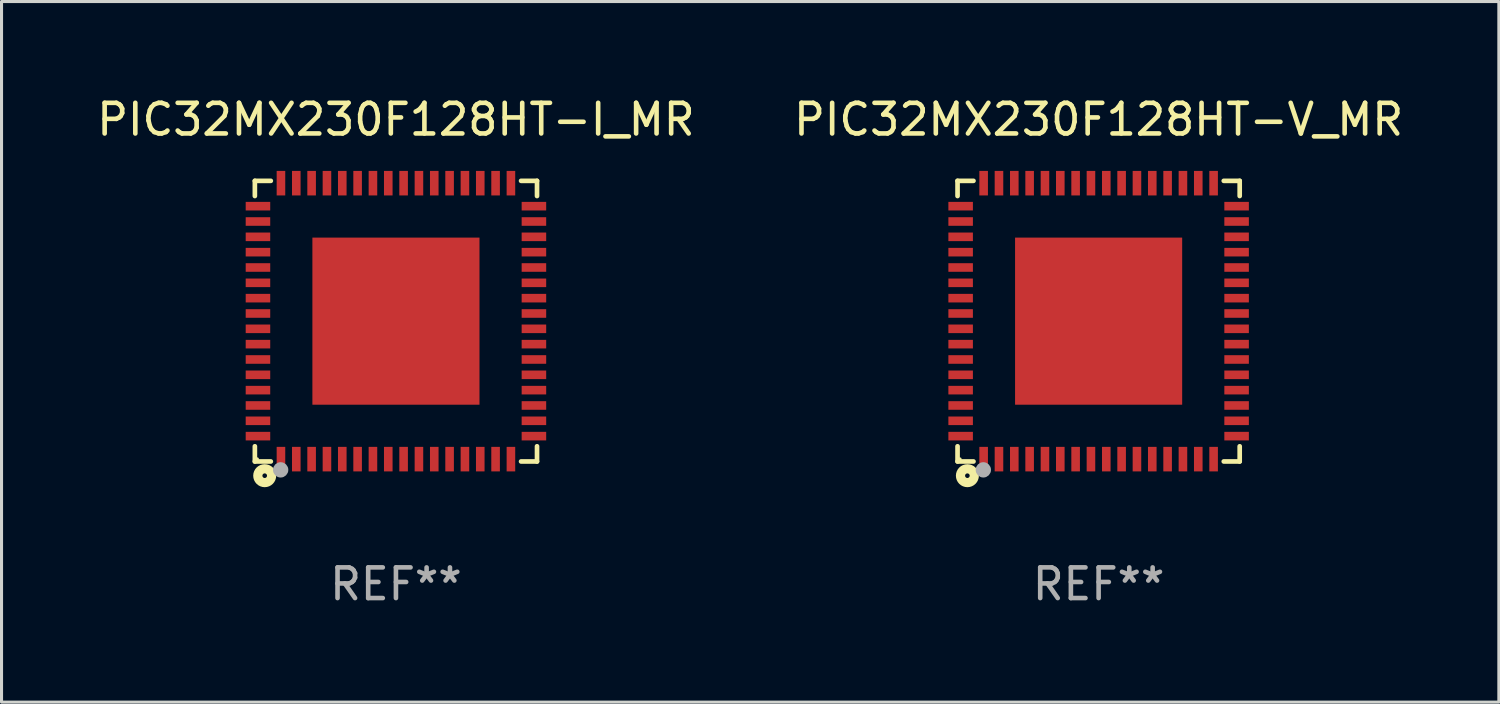
<source format=kicad_pcb>
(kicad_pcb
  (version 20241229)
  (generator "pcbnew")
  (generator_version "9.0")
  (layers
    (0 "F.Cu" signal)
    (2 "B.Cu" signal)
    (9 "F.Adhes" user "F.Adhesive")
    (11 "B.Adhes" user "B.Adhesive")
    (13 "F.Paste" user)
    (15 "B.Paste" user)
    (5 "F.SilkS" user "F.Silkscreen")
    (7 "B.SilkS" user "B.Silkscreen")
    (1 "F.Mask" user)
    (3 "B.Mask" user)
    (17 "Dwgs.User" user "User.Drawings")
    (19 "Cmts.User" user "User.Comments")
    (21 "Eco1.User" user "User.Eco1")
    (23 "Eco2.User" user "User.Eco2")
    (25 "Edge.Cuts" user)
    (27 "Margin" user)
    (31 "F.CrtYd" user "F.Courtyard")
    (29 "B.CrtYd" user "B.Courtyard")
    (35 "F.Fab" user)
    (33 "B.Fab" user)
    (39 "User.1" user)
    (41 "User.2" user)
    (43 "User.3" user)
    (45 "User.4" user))
  (footprint "PIC32MX230F128HT-V_MR"
    (layer "F.Cu")
    (at 32.78 7.424)
    (property "Reference" "PIC32MX230F128HT-V_MR" (at 0 -6.576 0) (layer "F.SilkS") (effects (font (size 1 1) (thickness 0.15))))
    (attr through_hole)
    (fp_line (start -4.601 -4.576) (end -4.081 -4.576) (stroke (width 0.152) (type solid)) (layer "F.SilkS"))
    (fp_line (start -4.601 -4.081) (end -4.601 -4.576) (stroke (width 0.152) (type solid)) (layer "F.SilkS"))
    (fp_line (start -4.601 4.081) (end -4.601 4.576) (stroke (width 0.152) (type solid)) (layer "F.SilkS"))
    (fp_line (start -4.601 4.576) (end -4.081 4.576) (stroke (width 0.152) (type solid)) (layer "F.SilkS"))
    (fp_line (start 4.601 -4.576) (end 4.081 -4.576) (stroke (width 0.152) (type solid)) (layer "F.SilkS"))
    (fp_line (start 4.601 -4.081) (end 4.601 -4.576) (stroke (width 0.152) (type solid)) (layer "F.SilkS"))
    (fp_line (start 4.601 4.081) (end 4.601 4.576) (stroke (width 0.152) (type solid)) (layer "F.SilkS"))
    (fp_line (start 4.601 4.576) (end 4.081 4.576) (stroke (width 0.152) (type solid)) (layer "F.SilkS"))
    (fp_circle (center -4.525 4.5) (end -4.495 4.5) (stroke (width 0.06) (type solid)) (fill no) (layer "F.SilkS"))
    (fp_circle (center -4.28 5.04) (end -4.205 5.04) (stroke (width 0.3) (type solid)) (fill no) (layer "F.SilkS"))
    (fp_circle (center -3.76 4.85) (end -3.635 4.85) (stroke (width 0.25) (type solid)) (fill no) (layer "F.Fab"))
    (fp_text user "REF**" (at 0 8.576 0) (layer "F.Fab") (effects (font (size 1 1) (thickness 0.15))))
    (pad "1" smd rect (at -3.75 4.5) (size 0.28 0.8) (layers "F.Cu" "F.Mask" "F.Paste"))
    (pad "2" smd rect (at -3.25 4.5) (size 0.28 0.8) (layers "F.Cu" "F.Mask" "F.Paste"))
    (pad "3" smd rect (at -2.75 4.5) (size 0.28 0.8) (layers "F.Cu" "F.Mask" "F.Paste"))
    (pad "4" smd rect (at -2.25 4.5) (size 0.28 0.8) (layers "F.Cu" "F.Mask" "F.Paste"))
    (pad "5" smd rect (at -1.75 4.5) (size 0.28 0.8) (layers "F.Cu" "F.Mask" "F.Paste"))
    (pad "6" smd rect (at -1.25 4.5) (size 0.28 0.8) (layers "F.Cu" "F.Mask" "F.Paste"))
    (pad "7" smd rect (at -0.75 4.5) (size 0.28 0.8) (layers "F.Cu" "F.Mask" "F.Paste"))
    (pad "8" smd rect (at -0.25 4.5) (size 0.28 0.8) (layers "F.Cu" "F.Mask" "F.Paste"))
    (pad "9" smd rect (at 0.25 4.5) (size 0.28 0.8) (layers "F.Cu" "F.Mask" "F.Paste"))
    (pad "10" smd rect (at 0.75 4.5) (size 0.28 0.8) (layers "F.Cu" "F.Mask" "F.Paste"))
    (pad "11" smd rect (at 1.25 4.5) (size 0.28 0.8) (layers "F.Cu" "F.Mask" "F.Paste"))
    (pad "12" smd rect (at 1.75 4.5) (size 0.28 0.8) (layers "F.Cu" "F.Mask" "F.Paste"))
    (pad "13" smd rect (at 2.25 4.5) (size 0.28 0.8) (layers "F.Cu" "F.Mask" "F.Paste"))
    (pad "14" smd rect (at 2.75 4.5) (size 0.28 0.8) (layers "F.Cu" "F.Mask" "F.Paste"))
    (pad "15" smd rect (at 3.25 4.5) (size 0.28 0.8) (layers "F.Cu" "F.Mask" "F.Paste"))
    (pad "16" smd rect (at 3.75 4.5) (size 0.28 0.8) (layers "F.Cu" "F.Mask" "F.Paste"))
    (pad "17" smd rect (at 4.5 3.75) (size 0.8 0.28) (layers "F.Cu" "F.Mask" "F.Paste"))
    (pad "18" smd rect (at 4.5 3.25) (size 0.8 0.28) (layers "F.Cu" "F.Mask" "F.Paste"))
    (pad "19" smd rect (at 4.5 2.75) (size 0.8 0.28) (layers "F.Cu" "F.Mask" "F.Paste"))
    (pad "20" smd rect (at 4.5 2.25) (size 0.8 0.28) (layers "F.Cu" "F.Mask" "F.Paste"))
    (pad "21" smd rect (at 4.5 1.75) (size 0.8 0.28) (layers "F.Cu" "F.Mask" "F.Paste"))
    (pad "22" smd rect (at 4.5 1.25) (size 0.8 0.28) (layers "F.Cu" "F.Mask" "F.Paste"))
    (pad "23" smd rect (at 4.5 0.75) (size 0.8 0.28) (layers "F.Cu" "F.Mask" "F.Paste"))
    (pad "24" smd rect (at 4.5 0.25) (size 0.8 0.28) (layers "F.Cu" "F.Mask" "F.Paste"))
    (pad "25" smd rect (at 4.5 -0.25) (size 0.8 0.28) (layers "F.Cu" "F.Mask" "F.Paste"))
    (pad "26" smd rect (at 4.5 -0.75) (size 0.8 0.28) (layers "F.Cu" "F.Mask" "F.Paste"))
    (pad "27" smd rect (at 4.5 -1.25) (size 0.8 0.28) (layers "F.Cu" "F.Mask" "F.Paste"))
    (pad "28" smd rect (at 4.5 -1.75) (size 0.8 0.28) (layers "F.Cu" "F.Mask" "F.Paste"))
    (pad "29" smd rect (at 4.5 -2.25) (size 0.8 0.28) (layers "F.Cu" "F.Mask" "F.Paste"))
    (pad "30" smd rect (at 4.5 -2.75) (size 0.8 0.28) (layers "F.Cu" "F.Mask" "F.Paste"))
    (pad "31" smd rect (at 4.5 -3.25) (size 0.8 0.28) (layers "F.Cu" "F.Mask" "F.Paste"))
    (pad "32" smd rect (at 4.5 -3.75) (size 0.8 0.28) (layers "F.Cu" "F.Mask" "F.Paste"))
    (pad "33" smd rect (at 3.75 -4.5) (size 0.28 0.8) (layers "F.Cu" "F.Mask" "F.Paste"))
    (pad "34" smd rect (at 3.25 -4.5) (size 0.28 0.8) (layers "F.Cu" "F.Mask" "F.Paste"))
    (pad "35" smd rect (at 2.75 -4.5) (size 0.28 0.8) (layers "F.Cu" "F.Mask" "F.Paste"))
    (pad "36" smd rect (at 2.25 -4.5) (size 0.28 0.8) (layers "F.Cu" "F.Mask" "F.Paste"))
    (pad "37" smd rect (at 1.75 -4.5) (size 0.28 0.8) (layers "F.Cu" "F.Mask" "F.Paste"))
    (pad "38" smd rect (at 1.25 -4.5) (size 0.28 0.8) (layers "F.Cu" "F.Mask" "F.Paste"))
    (pad "39" smd rect (at 0.75 -4.5) (size 0.28 0.8) (layers "F.Cu" "F.Mask" "F.Paste"))
    (pad "40" smd rect (at 0.25 -4.5) (size 0.28 0.8) (layers "F.Cu" "F.Mask" "F.Paste"))
    (pad "41" smd rect (at -0.25 -4.5) (size 0.28 0.8) (layers "F.Cu" "F.Mask" "F.Paste"))
    (pad "42" smd rect (at -0.75 -4.5) (size 0.28 0.8) (layers "F.Cu" "F.Mask" "F.Paste"))
    (pad "43" smd rect (at -1.25 -4.5) (size 0.28 0.8) (layers "F.Cu" "F.Mask" "F.Paste"))
    (pad "44" smd rect (at -1.75 -4.5) (size 0.28 0.8) (layers "F.Cu" "F.Mask" "F.Paste"))
    (pad "45" smd rect (at -2.25 -4.5) (size 0.28 0.8) (layers "F.Cu" "F.Mask" "F.Paste"))
    (pad "46" smd rect (at -2.75 -4.5) (size 0.28 0.8) (layers "F.Cu" "F.Mask" "F.Paste"))
    (pad "47" smd rect (at -3.25 -4.5) (size 0.28 0.8) (layers "F.Cu" "F.Mask" "F.Paste"))
    (pad "48" smd rect (at -3.75 -4.5) (size 0.28 0.8) (layers "F.Cu" "F.Mask" "F.Paste"))
    (pad "49" smd rect (at -4.5 -3.75) (size 0.8 0.28) (layers "F.Cu" "F.Mask" "F.Paste"))
    (pad "50" smd rect (at -4.5 -3.25) (size 0.8 0.28) (layers "F.Cu" "F.Mask" "F.Paste"))
    (pad "51" smd rect (at -4.5 -2.75) (size 0.8 0.28) (layers "F.Cu" "F.Mask" "F.Paste"))
    (pad "52" smd rect (at -4.5 -2.25) (size 0.8 0.28) (layers "F.Cu" "F.Mask" "F.Paste"))
    (pad "53" smd rect (at -4.5 -1.75) (size 0.8 0.28) (layers "F.Cu" "F.Mask" "F.Paste"))
    (pad "54" smd rect (at -4.5 -1.25) (size 0.8 0.28) (layers "F.Cu" "F.Mask" "F.Paste"))
    (pad "55" smd rect (at -4.5 -0.75) (size 0.8 0.28) (layers "F.Cu" "F.Mask" "F.Paste"))
    (pad "56" smd rect (at -4.5 -0.25) (size 0.8 0.28) (layers "F.Cu" "F.Mask" "F.Paste"))
    (pad "57" smd rect (at -4.5 0.25) (size 0.8 0.28) (layers "F.Cu" "F.Mask" "F.Paste"))
    (pad "58" smd rect (at -4.5 0.75) (size 0.8 0.28) (layers "F.Cu" "F.Mask" "F.Paste"))
    (pad "59" smd rect (at -4.5 1.25) (size 0.8 0.28) (layers "F.Cu" "F.Mask" "F.Paste"))
    (pad "60" smd rect (at -4.5 1.75) (size 0.8 0.28) (layers "F.Cu" "F.Mask" "F.Paste"))
    (pad "61" smd rect (at -4.5 2.25) (size 0.8 0.28) (layers "F.Cu" "F.Mask" "F.Paste"))
    (pad "62" smd rect (at -4.5 2.75) (size 0.8 0.28) (layers "F.Cu" "F.Mask" "F.Paste"))
    (pad "63" smd rect (at -4.5 3.25) (size 0.8 0.28) (layers "F.Cu" "F.Mask" "F.Paste"))
    (pad "64" smd rect (at -4.5 3.75) (size 0.8 0.28) (layers "F.Cu" "F.Mask" "F.Paste"))
    (pad "65" smd rect (at 0 0) (size 5.45 5.45) (layers "F.Cu" "F.Mask" "F.Paste")))
  (footprint "PIC32MX230F128HT-I_MR"
    (layer "F.Cu")
    (at 9.863 7.424)
    (property "Reference" "PIC32MX230F128HT-I_MR" (at 0 -6.576 0) (layer "F.SilkS") (effects (font (size 1 1) (thickness 0.15))))
    (attr through_hole)
    (fp_line (start -4.601 -4.576) (end -4.081 -4.576) (stroke (width 0.152) (type solid)) (layer "F.SilkS"))
    (fp_line (start -4.601 -4.081) (end -4.601 -4.576) (stroke (width 0.152) (type solid)) (layer "F.SilkS"))
    (fp_line (start -4.601 4.081) (end -4.601 4.576) (stroke (width 0.152) (type solid)) (layer "F.SilkS"))
    (fp_line (start -4.601 4.576) (end -4.081 4.576) (stroke (width 0.152) (type solid)) (layer "F.SilkS"))
    (fp_line (start 4.601 -4.576) (end 4.081 -4.576) (stroke (width 0.152) (type solid)) (layer "F.SilkS"))
    (fp_line (start 4.601 -4.081) (end 4.601 -4.576) (stroke (width 0.152) (type solid)) (layer "F.SilkS"))
    (fp_line (start 4.601 4.081) (end 4.601 4.576) (stroke (width 0.152) (type solid)) (layer "F.SilkS"))
    (fp_line (start 4.601 4.576) (end 4.081 4.576) (stroke (width 0.152) (type solid)) (layer "F.SilkS"))
    (fp_circle (center -4.525 4.5) (end -4.495 4.5) (stroke (width 0.06) (type solid)) (fill no) (layer "F.SilkS"))
    (fp_circle (center -4.28 5.04) (end -4.205 5.04) (stroke (width 0.3) (type solid)) (fill no) (layer "F.SilkS"))
    (fp_circle (center -3.76 4.85) (end -3.635 4.85) (stroke (width 0.25) (type solid)) (fill no) (layer "F.Fab"))
    (fp_text user "REF**" (at 0 8.576 0) (layer "F.Fab") (effects (font (size 1 1) (thickness 0.15))))
    (pad "1" smd rect (at -3.75 4.5) (size 0.28 0.8) (layers "F.Cu" "F.Mask" "F.Paste"))
    (pad "2" smd rect (at -3.25 4.5) (size 0.28 0.8) (layers "F.Cu" "F.Mask" "F.Paste"))
    (pad "3" smd rect (at -2.75 4.5) (size 0.28 0.8) (layers "F.Cu" "F.Mask" "F.Paste"))
    (pad "4" smd rect (at -2.25 4.5) (size 0.28 0.8) (layers "F.Cu" "F.Mask" "F.Paste"))
    (pad "5" smd rect (at -1.75 4.5) (size 0.28 0.8) (layers "F.Cu" "F.Mask" "F.Paste"))
    (pad "6" smd rect (at -1.25 4.5) (size 0.28 0.8) (layers "F.Cu" "F.Mask" "F.Paste"))
    (pad "7" smd rect (at -0.75 4.5) (size 0.28 0.8) (layers "F.Cu" "F.Mask" "F.Paste"))
    (pad "8" smd rect (at -0.25 4.5) (size 0.28 0.8) (layers "F.Cu" "F.Mask" "F.Paste"))
    (pad "9" smd rect (at 0.25 4.5) (size 0.28 0.8) (layers "F.Cu" "F.Mask" "F.Paste"))
    (pad "10" smd rect (at 0.75 4.5) (size 0.28 0.8) (layers "F.Cu" "F.Mask" "F.Paste"))
    (pad "11" smd rect (at 1.25 4.5) (size 0.28 0.8) (layers "F.Cu" "F.Mask" "F.Paste"))
    (pad "12" smd rect (at 1.75 4.5) (size 0.28 0.8) (layers "F.Cu" "F.Mask" "F.Paste"))
    (pad "13" smd rect (at 2.25 4.5) (size 0.28 0.8) (layers "F.Cu" "F.Mask" "F.Paste"))
    (pad "14" smd rect (at 2.75 4.5) (size 0.28 0.8) (layers "F.Cu" "F.Mask" "F.Paste"))
    (pad "15" smd rect (at 3.25 4.5) (size 0.28 0.8) (layers "F.Cu" "F.Mask" "F.Paste"))
    (pad "16" smd rect (at 3.75 4.5) (size 0.28 0.8) (layers "F.Cu" "F.Mask" "F.Paste"))
    (pad "17" smd rect (at 4.5 3.75) (size 0.8 0.28) (layers "F.Cu" "F.Mask" "F.Paste"))
    (pad "18" smd rect (at 4.5 3.25) (size 0.8 0.28) (layers "F.Cu" "F.Mask" "F.Paste"))
    (pad "19" smd rect (at 4.5 2.75) (size 0.8 0.28) (layers "F.Cu" "F.Mask" "F.Paste"))
    (pad "20" smd rect (at 4.5 2.25) (size 0.8 0.28) (layers "F.Cu" "F.Mask" "F.Paste"))
    (pad "21" smd rect (at 4.5 1.75) (size 0.8 0.28) (layers "F.Cu" "F.Mask" "F.Paste"))
    (pad "22" smd rect (at 4.5 1.25) (size 0.8 0.28) (layers "F.Cu" "F.Mask" "F.Paste"))
    (pad "23" smd rect (at 4.5 0.75) (size 0.8 0.28) (layers "F.Cu" "F.Mask" "F.Paste"))
    (pad "24" smd rect (at 4.5 0.25) (size 0.8 0.28) (layers "F.Cu" "F.Mask" "F.Paste"))
    (pad "25" smd rect (at 4.5 -0.25) (size 0.8 0.28) (layers "F.Cu" "F.Mask" "F.Paste"))
    (pad "26" smd rect (at 4.5 -0.75) (size 0.8 0.28) (layers "F.Cu" "F.Mask" "F.Paste"))
    (pad "27" smd rect (at 4.5 -1.25) (size 0.8 0.28) (layers "F.Cu" "F.Mask" "F.Paste"))
    (pad "28" smd rect (at 4.5 -1.75) (size 0.8 0.28) (layers "F.Cu" "F.Mask" "F.Paste"))
    (pad "29" smd rect (at 4.5 -2.25) (size 0.8 0.28) (layers "F.Cu" "F.Mask" "F.Paste"))
    (pad "30" smd rect (at 4.5 -2.75) (size 0.8 0.28) (layers "F.Cu" "F.Mask" "F.Paste"))
    (pad "31" smd rect (at 4.5 -3.25) (size 0.8 0.28) (layers "F.Cu" "F.Mask" "F.Paste"))
    (pad "32" smd rect (at 4.5 -3.75) (size 0.8 0.28) (layers "F.Cu" "F.Mask" "F.Paste"))
    (pad "33" smd rect (at 3.75 -4.5) (size 0.28 0.8) (layers "F.Cu" "F.Mask" "F.Paste"))
    (pad "34" smd rect (at 3.25 -4.5) (size 0.28 0.8) (layers "F.Cu" "F.Mask" "F.Paste"))
    (pad "35" smd rect (at 2.75 -4.5) (size 0.28 0.8) (layers "F.Cu" "F.Mask" "F.Paste"))
    (pad "36" smd rect (at 2.25 -4.5) (size 0.28 0.8) (layers "F.Cu" "F.Mask" "F.Paste"))
    (pad "37" smd rect (at 1.75 -4.5) (size 0.28 0.8) (layers "F.Cu" "F.Mask" "F.Paste"))
    (pad "38" smd rect (at 1.25 -4.5) (size 0.28 0.8) (layers "F.Cu" "F.Mask" "F.Paste"))
    (pad "39" smd rect (at 0.75 -4.5) (size 0.28 0.8) (layers "F.Cu" "F.Mask" "F.Paste"))
    (pad "40" smd rect (at 0.25 -4.5) (size 0.28 0.8) (layers "F.Cu" "F.Mask" "F.Paste"))
    (pad "41" smd rect (at -0.25 -4.5) (size 0.28 0.8) (layers "F.Cu" "F.Mask" "F.Paste"))
    (pad "42" smd rect (at -0.75 -4.5) (size 0.28 0.8) (layers "F.Cu" "F.Mask" "F.Paste"))
    (pad "43" smd rect (at -1.25 -4.5) (size 0.28 0.8) (layers "F.Cu" "F.Mask" "F.Paste"))
    (pad "44" smd rect (at -1.75 -4.5) (size 0.28 0.8) (layers "F.Cu" "F.Mask" "F.Paste"))
    (pad "45" smd rect (at -2.25 -4.5) (size 0.28 0.8) (layers "F.Cu" "F.Mask" "F.Paste"))
    (pad "46" smd rect (at -2.75 -4.5) (size 0.28 0.8) (layers "F.Cu" "F.Mask" "F.Paste"))
    (pad "47" smd rect (at -3.25 -4.5) (size 0.28 0.8) (layers "F.Cu" "F.Mask" "F.Paste"))
    (pad "48" smd rect (at -3.75 -4.5) (size 0.28 0.8) (layers "F.Cu" "F.Mask" "F.Paste"))
    (pad "49" smd rect (at -4.5 -3.75) (size 0.8 0.28) (layers "F.Cu" "F.Mask" "F.Paste"))
    (pad "50" smd rect (at -4.5 -3.25) (size 0.8 0.28) (layers "F.Cu" "F.Mask" "F.Paste"))
    (pad "51" smd rect (at -4.5 -2.75) (size 0.8 0.28) (layers "F.Cu" "F.Mask" "F.Paste"))
    (pad "52" smd rect (at -4.5 -2.25) (size 0.8 0.28) (layers "F.Cu" "F.Mask" "F.Paste"))
    (pad "53" smd rect (at -4.5 -1.75) (size 0.8 0.28) (layers "F.Cu" "F.Mask" "F.Paste"))
    (pad "54" smd rect (at -4.5 -1.25) (size 0.8 0.28) (layers "F.Cu" "F.Mask" "F.Paste"))
    (pad "55" smd rect (at -4.5 -0.75) (size 0.8 0.28) (layers "F.Cu" "F.Mask" "F.Paste"))
    (pad "56" smd rect (at -4.5 -0.25) (size 0.8 0.28) (layers "F.Cu" "F.Mask" "F.Paste"))
    (pad "57" smd rect (at -4.5 0.25) (size 0.8 0.28) (layers "F.Cu" "F.Mask" "F.Paste"))
    (pad "58" smd rect (at -4.5 0.75) (size 0.8 0.28) (layers "F.Cu" "F.Mask" "F.Paste"))
    (pad "59" smd rect (at -4.5 1.25) (size 0.8 0.28) (layers "F.Cu" "F.Mask" "F.Paste"))
    (pad "60" smd rect (at -4.5 1.75) (size 0.8 0.28) (layers "F.Cu" "F.Mask" "F.Paste"))
    (pad "61" smd rect (at -4.5 2.25) (size 0.8 0.28) (layers "F.Cu" "F.Mask" "F.Paste"))
    (pad "62" smd rect (at -4.5 2.75) (size 0.8 0.28) (layers "F.Cu" "F.Mask" "F.Paste"))
    (pad "63" smd rect (at -4.5 3.25) (size 0.8 0.28) (layers "F.Cu" "F.Mask" "F.Paste"))
    (pad "64" smd rect (at -4.5 3.75) (size 0.8 0.28) (layers "F.Cu" "F.Mask" "F.Paste"))
    (pad "65" smd rect (at 0 0) (size 5.45 5.45) (layers "F.Cu" "F.Mask" "F.Paste")))
  (gr_rect
    (start -3 -3)
    (end 45.833 19.849)
    (stroke (width 0.1) (type default))
    (fill no)
    (layer "Edge.Cuts")))
</source>
